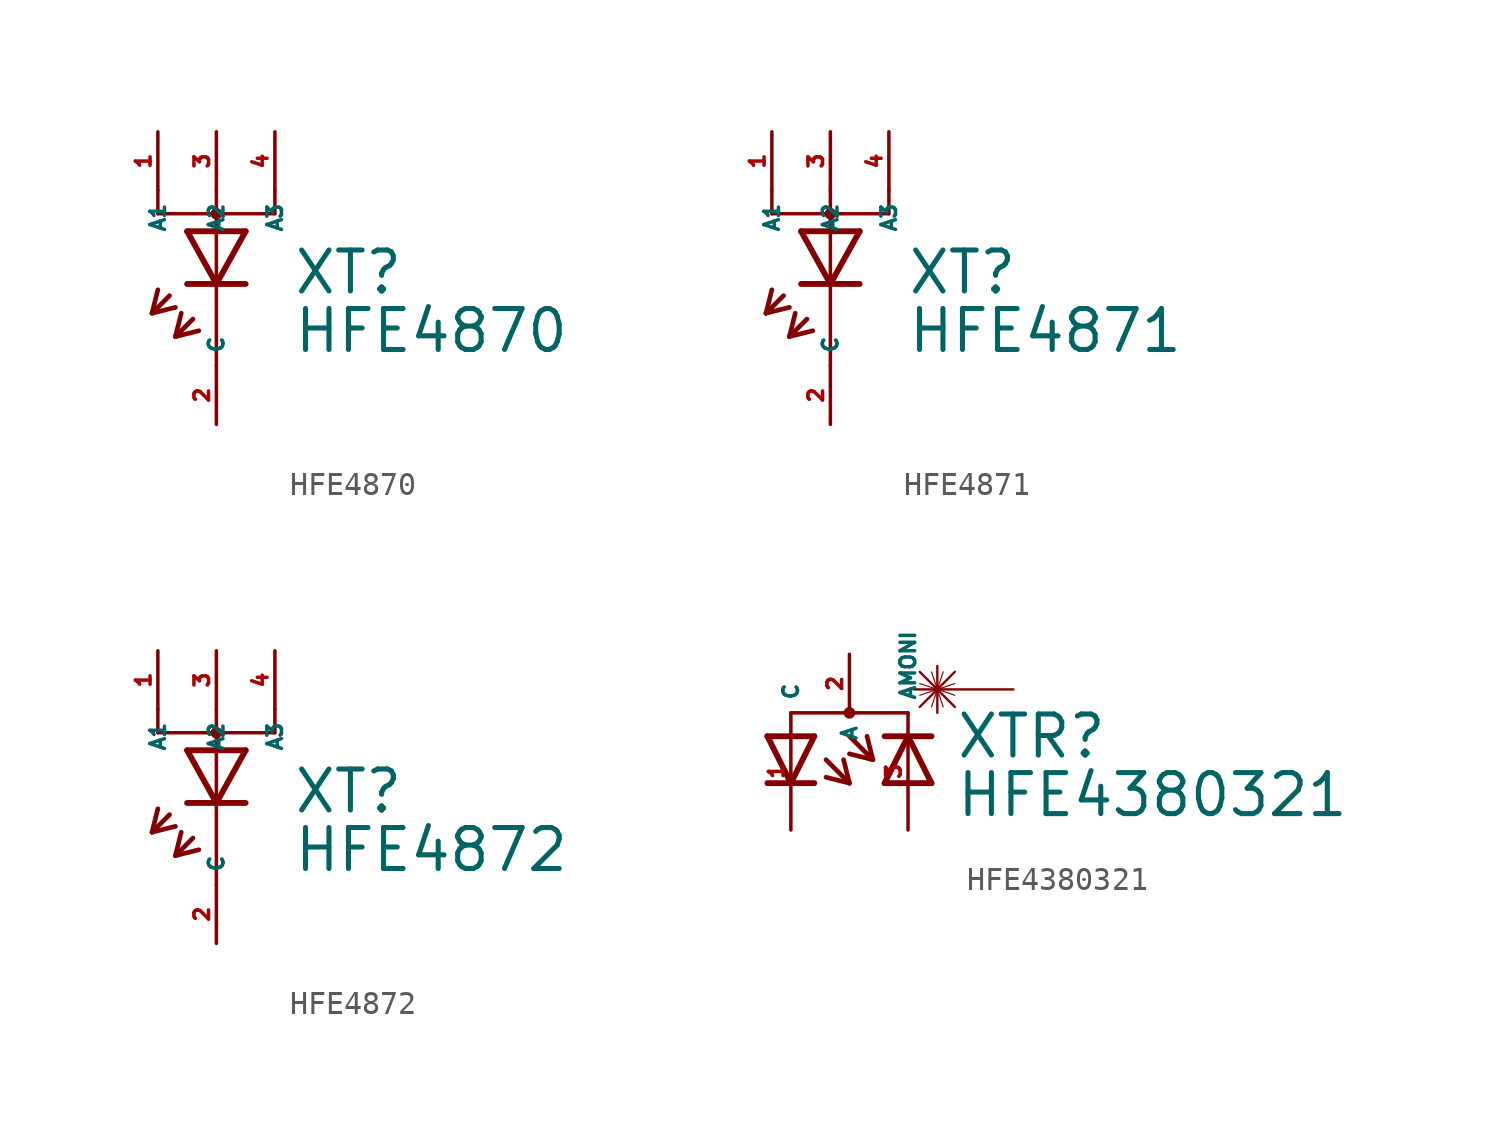
<source format=kicad_sym>
(kicad_symbol_lib
  (version 20220914)
  (generator Eagle2Kicad)
  (symbol "HFE4870"
    (property "Reference" "XT"
      (at 3.302 -2.057 0)
      (effects (font (size 1.778 1.778) (thickness 0.22)) (justify left bottom)))
    (property "Value" "HFE4870"
      (at 3.302 -4.597 0)
      (effects (font (size 1.778 1.778) (thickness 0.22)) (justify left bottom)))
    (polyline
      (pts (xy -1.27 0.762) (xy 0 -1.524))
      (stroke (width 0.254) (type default))
      (fill (type none)))
    (polyline
      (pts (xy 0 -1.524) (xy 1.27 0.762))
      (stroke (width 0.254) (type default))
      (fill (type none)))
    (polyline
      (pts (xy 1.27 -1.524) (xy 0 -1.524))
      (stroke (width 0.254) (type default))
      (fill (type none)))
    (polyline
      (pts (xy 1.27 0.762) (xy -1.27 0.762))
      (stroke (width 0.254) (type default))
      (fill (type none)))
    (polyline
      (pts (xy 0 -1.524) (xy -1.27 -1.524))
      (stroke (width 0.254) (type default))
      (fill (type none)))
    (polyline
      (pts (xy -2.032 -2.032) (xy -2.794 -2.794))
      (stroke (width 0.203) (type default))
      (fill (type none)))
    (polyline
      (pts (xy -2.794 -2.794) (xy -1.778 -2.54))
      (stroke (width 0.203) (type default))
      (fill (type none)))
    (polyline
      (pts (xy -2.794 -2.794) (xy -2.54 -1.778))
      (stroke (width 0.203) (type default))
      (fill (type none)))
    (polyline
      (pts (xy -1.016 -3.048) (xy -1.778 -3.81))
      (stroke (width 0.203) (type default))
      (fill (type none)))
    (polyline
      (pts (xy -1.778 -3.81) (xy -0.762 -3.556))
      (stroke (width 0.203) (type default))
      (fill (type none)))
    (polyline
      (pts (xy -1.778 -3.81) (xy -1.524 -2.794))
      (stroke (width 0.203) (type default))
      (fill (type none)))
    (polyline
      (pts (xy 2.54 1.524) (xy 0 1.524))
      (stroke (width 0.152) (type default))
      (fill (type none)))
    (polyline
      (pts (xy 0 1.524) (xy -2.54 1.524))
      (stroke (width 0.152) (type default))
      (fill (type none)))
    (polyline
      (pts (xy 0 -5.08) (xy 0 1.524))
      (stroke (width 0.152) (type default))
      (fill (type none)))
    (polyline
      (pts (xy 0 1.524) (xy 0 1.778))
      (stroke (width 0.152) (type default))
      (fill (type none)))
    (polyline
      (pts (xy 2.54 1.524) (xy 2.54 2.54))
      (stroke (width 0.152) (type default))
      (fill (type none)))
    (polyline
      (pts (xy 0 1.524) (xy 0 2.54))
      (stroke (width 0.152) (type default))
      (fill (type none)))
    (polyline
      (pts (xy -2.54 1.524) (xy -2.54 2.54))
      (stroke (width 0.152) (type default))
      (fill (type none)))
    (circle
      (center 0 1.524)
      (radius 0.127)
      (stroke (width 0.254) (type default))
      (fill (type none)))
    (pin passive line
      (at 0 -7.62 90)
      (length 2.54)
      (name "C" (effects (font (size 0.635 0.635) (thickness 0.08)) (justify left bottom)))
      (number "2" (effects (font (size 0.635 0.635) (thickness 0.08)) (justify left bottom))))
    (pin passive line
      (at 0 5.08 270)
      (length 2.54)
      (name "A2" (effects (font (size 0.635 0.635) (thickness 0.08)) (justify left bottom)))
      (number "3" (effects (font (size 0.635 0.635) (thickness 0.08)) (justify left bottom))))
    (pin passive line
      (at 2.54 5.08 270)
      (length 2.54)
      (name "A3" (effects (font (size 0.635 0.635) (thickness 0.08)) (justify left bottom)))
      (number "4" (effects (font (size 0.635 0.635) (thickness 0.08)) (justify left bottom))))
    (pin passive line
      (at -2.54 5.08 270)
      (length 2.54)
      (name "A1" (effects (font (size 0.635 0.635) (thickness 0.08)) (justify left bottom)))
      (number "1" (effects (font (size 0.635 0.635) (thickness 0.08)) (justify left bottom)))))
  (symbol "HFE4871"
    (property "Reference" "XT"
      (at 3.302 -2.057 0)
      (effects (font (size 1.778 1.778) (thickness 0.22)) (justify left bottom)))
    (property "Value" "HFE4871"
      (at 3.302 -4.597 0)
      (effects (font (size 1.778 1.778) (thickness 0.22)) (justify left bottom)))
    (polyline
      (pts (xy -1.27 0.762) (xy 0 -1.524))
      (stroke (width 0.254) (type default))
      (fill (type none)))
    (polyline
      (pts (xy 0 -1.524) (xy 1.27 0.762))
      (stroke (width 0.254) (type default))
      (fill (type none)))
    (polyline
      (pts (xy 1.27 -1.524) (xy 0 -1.524))
      (stroke (width 0.254) (type default))
      (fill (type none)))
    (polyline
      (pts (xy 1.27 0.762) (xy -1.27 0.762))
      (stroke (width 0.254) (type default))
      (fill (type none)))
    (polyline
      (pts (xy 0 -1.524) (xy -1.27 -1.524))
      (stroke (width 0.254) (type default))
      (fill (type none)))
    (polyline
      (pts (xy -2.032 -2.032) (xy -2.794 -2.794))
      (stroke (width 0.203) (type default))
      (fill (type none)))
    (polyline
      (pts (xy -2.794 -2.794) (xy -1.778 -2.54))
      (stroke (width 0.203) (type default))
      (fill (type none)))
    (polyline
      (pts (xy -2.794 -2.794) (xy -2.54 -1.778))
      (stroke (width 0.203) (type default))
      (fill (type none)))
    (polyline
      (pts (xy -1.016 -3.048) (xy -1.778 -3.81))
      (stroke (width 0.203) (type default))
      (fill (type none)))
    (polyline
      (pts (xy -1.778 -3.81) (xy -0.762 -3.556))
      (stroke (width 0.203) (type default))
      (fill (type none)))
    (polyline
      (pts (xy -1.778 -3.81) (xy -1.524 -2.794))
      (stroke (width 0.203) (type default))
      (fill (type none)))
    (polyline
      (pts (xy 2.54 1.524) (xy 0 1.524))
      (stroke (width 0.152) (type default))
      (fill (type none)))
    (polyline
      (pts (xy 0 1.524) (xy -2.54 1.524))
      (stroke (width 0.152) (type default))
      (fill (type none)))
    (polyline
      (pts (xy 0 -5.08) (xy 0 1.524))
      (stroke (width 0.152) (type default))
      (fill (type none)))
    (polyline
      (pts (xy 0 1.524) (xy 0 1.778))
      (stroke (width 0.152) (type default))
      (fill (type none)))
    (polyline
      (pts (xy 2.54 1.524) (xy 2.54 2.54))
      (stroke (width 0.152) (type default))
      (fill (type none)))
    (polyline
      (pts (xy 0 1.524) (xy 0 2.54))
      (stroke (width 0.152) (type default))
      (fill (type none)))
    (polyline
      (pts (xy -2.54 1.524) (xy -2.54 2.54))
      (stroke (width 0.152) (type default))
      (fill (type none)))
    (circle
      (center 0 1.524)
      (radius 0.127)
      (stroke (width 0.254) (type default))
      (fill (type none)))
    (pin passive line
      (at 0 -7.62 90)
      (length 2.54)
      (name "C" (effects (font (size 0.635 0.635) (thickness 0.08)) (justify left bottom)))
      (number "2" (effects (font (size 0.635 0.635) (thickness 0.08)) (justify left bottom))))
    (pin passive line
      (at 0 5.08 270)
      (length 2.54)
      (name "A2" (effects (font (size 0.635 0.635) (thickness 0.08)) (justify left bottom)))
      (number "3" (effects (font (size 0.635 0.635) (thickness 0.08)) (justify left bottom))))
    (pin passive line
      (at 2.54 5.08 270)
      (length 2.54)
      (name "A3" (effects (font (size 0.635 0.635) (thickness 0.08)) (justify left bottom)))
      (number "4" (effects (font (size 0.635 0.635) (thickness 0.08)) (justify left bottom))))
    (pin passive line
      (at -2.54 5.08 270)
      (length 2.54)
      (name "A1" (effects (font (size 0.635 0.635) (thickness 0.08)) (justify left bottom)))
      (number "1" (effects (font (size 0.635 0.635) (thickness 0.08)) (justify left bottom)))))
  (symbol "HFE4872"
    (property "Reference" "XT"
      (at 3.302 -2.057 0)
      (effects (font (size 1.778 1.778) (thickness 0.22)) (justify left bottom)))
    (property "Value" "HFE4872"
      (at 3.302 -4.597 0)
      (effects (font (size 1.778 1.778) (thickness 0.22)) (justify left bottom)))
    (polyline
      (pts (xy -1.27 0.762) (xy 0 -1.524))
      (stroke (width 0.254) (type default))
      (fill (type none)))
    (polyline
      (pts (xy 0 -1.524) (xy 1.27 0.762))
      (stroke (width 0.254) (type default))
      (fill (type none)))
    (polyline
      (pts (xy 1.27 -1.524) (xy 0 -1.524))
      (stroke (width 0.254) (type default))
      (fill (type none)))
    (polyline
      (pts (xy 1.27 0.762) (xy -1.27 0.762))
      (stroke (width 0.254) (type default))
      (fill (type none)))
    (polyline
      (pts (xy 0 -1.524) (xy -1.27 -1.524))
      (stroke (width 0.254) (type default))
      (fill (type none)))
    (polyline
      (pts (xy -2.032 -2.032) (xy -2.794 -2.794))
      (stroke (width 0.203) (type default))
      (fill (type none)))
    (polyline
      (pts (xy -2.794 -2.794) (xy -1.778 -2.54))
      (stroke (width 0.203) (type default))
      (fill (type none)))
    (polyline
      (pts (xy -2.794 -2.794) (xy -2.54 -1.778))
      (stroke (width 0.203) (type default))
      (fill (type none)))
    (polyline
      (pts (xy -1.016 -3.048) (xy -1.778 -3.81))
      (stroke (width 0.203) (type default))
      (fill (type none)))
    (polyline
      (pts (xy -1.778 -3.81) (xy -0.762 -3.556))
      (stroke (width 0.203) (type default))
      (fill (type none)))
    (polyline
      (pts (xy -1.778 -3.81) (xy -1.524 -2.794))
      (stroke (width 0.203) (type default))
      (fill (type none)))
    (polyline
      (pts (xy 2.54 1.524) (xy 0 1.524))
      (stroke (width 0.152) (type default))
      (fill (type none)))
    (polyline
      (pts (xy 0 1.524) (xy -2.54 1.524))
      (stroke (width 0.152) (type default))
      (fill (type none)))
    (polyline
      (pts (xy 0 -5.08) (xy 0 1.524))
      (stroke (width 0.152) (type default))
      (fill (type none)))
    (polyline
      (pts (xy 0 1.524) (xy 0 1.778))
      (stroke (width 0.152) (type default))
      (fill (type none)))
    (polyline
      (pts (xy 2.54 1.524) (xy 2.54 2.54))
      (stroke (width 0.152) (type default))
      (fill (type none)))
    (polyline
      (pts (xy 0 1.524) (xy 0 2.54))
      (stroke (width 0.152) (type default))
      (fill (type none)))
    (polyline
      (pts (xy -2.54 1.524) (xy -2.54 2.54))
      (stroke (width 0.152) (type default))
      (fill (type none)))
    (circle
      (center 0 1.524)
      (radius 0.127)
      (stroke (width 0.254) (type default))
      (fill (type none)))
    (pin passive line
      (at 0 -7.62 90)
      (length 2.54)
      (name "C" (effects (font (size 0.635 0.635) (thickness 0.08)) (justify left bottom)))
      (number "2" (effects (font (size 0.635 0.635) (thickness 0.08)) (justify left bottom))))
    (pin passive line
      (at 0 5.08 270)
      (length 2.54)
      (name "A2" (effects (font (size 0.635 0.635) (thickness 0.08)) (justify left bottom)))
      (number "3" (effects (font (size 0.635 0.635) (thickness 0.08)) (justify left bottom))))
    (pin passive line
      (at 2.54 5.08 270)
      (length 2.54)
      (name "A3" (effects (font (size 0.635 0.635) (thickness 0.08)) (justify left bottom)))
      (number "4" (effects (font (size 0.635 0.635) (thickness 0.08)) (justify left bottom))))
    (pin passive line
      (at -2.54 5.08 270)
      (length 2.54)
      (name "A1" (effects (font (size 0.635 0.635) (thickness 0.08)) (justify left bottom)))
      (number "1" (effects (font (size 0.635 0.635) (thickness 0.08)) (justify left bottom)))))
  (symbol "HFE4380321"
    (property "Reference" "XTR"
      (at 4.572 0.483 0)
      (effects (font (size 1.778 1.778) (thickness 0.22)) (justify left bottom)))
    (property "Value" "HFE4380321"
      (at 4.572 -2.057 0)
      (effects (font (size 1.778 1.778) (thickness 0.22)) (justify left bottom)))
    (polyline
      (pts (xy -3.556 1.524) (xy -2.54 -0.508))
      (stroke (width 0.254) (type default))
      (fill (type none)))
    (polyline
      (pts (xy -2.54 -0.508) (xy -1.524 1.524))
      (stroke (width 0.254) (type default))
      (fill (type none)))
    (polyline
      (pts (xy -1.524 -0.508) (xy -2.54 -0.508))
      (stroke (width 0.254) (type default))
      (fill (type none)))
    (polyline
      (pts (xy -1.524 1.524) (xy -3.556 1.524))
      (stroke (width 0.254) (type default))
      (fill (type none)))
    (polyline
      (pts (xy -2.54 -0.508) (xy -3.556 -0.508))
      (stroke (width 0.254) (type default))
      (fill (type none)))
    (polyline
      (pts (xy 0 1.524) (xy 1.016 0.508))
      (stroke (width 0.203) (type default))
      (fill (type none)))
    (polyline
      (pts (xy 1.016 0.508) (xy 0 0.762))
      (stroke (width 0.203) (type default))
      (fill (type none)))
    (polyline
      (pts (xy 1.016 0.508) (xy 0.762 1.524))
      (stroke (width 0.203) (type default))
      (fill (type none)))
    (polyline
      (pts (xy -1.016 0.508) (xy 0 -0.508))
      (stroke (width 0.203) (type default))
      (fill (type none)))
    (polyline
      (pts (xy 0 -0.508) (xy -1.016 -0.254))
      (stroke (width 0.203) (type default))
      (fill (type none)))
    (polyline
      (pts (xy 0 -0.508) (xy -0.254 0.508))
      (stroke (width 0.203) (type default))
      (fill (type none)))
    (polyline
      (pts (xy 7.112 3.556) (xy 2.794 3.556))
      (stroke (width 0.102) (type default))
      (fill (type none)))
    (polyline
      (pts (xy 3.81 4.572) (xy 3.81 2.54))
      (stroke (width 0.102) (type default))
      (fill (type none)))
    (polyline
      (pts (xy 4.572 4.318) (xy 3.048 2.794))
      (stroke (width 0.102) (type default))
      (fill (type none)))
    (polyline
      (pts (xy 3.048 4.318) (xy 4.572 2.794))
      (stroke (width 0.102) (type default))
      (fill (type none)))
    (polyline
      (pts (xy 3.556 4.318) (xy 4.064 2.794))
      (stroke (width 0.051) (type default))
      (fill (type none)))
    (polyline
      (pts (xy 4.064 4.318) (xy 3.556 2.794))
      (stroke (width 0.051) (type default))
      (fill (type none)))
    (polyline
      (pts (xy 3.048 3.81) (xy 4.572 3.302))
      (stroke (width 0.051) (type default))
      (fill (type none)))
    (polyline
      (pts (xy 4.572 3.81) (xy 3.048 3.302))
      (stroke (width 0.051) (type default))
      (fill (type none)))
    (polyline
      (pts (xy 1.524 -0.508) (xy 3.556 -0.508))
      (stroke (width 0.254) (type default))
      (fill (type none)))
    (polyline
      (pts (xy 2.54 1.524) (xy 1.524 -0.508))
      (stroke (width 0.254) (type default))
      (fill (type none)))
    (polyline
      (pts (xy 3.556 -0.508) (xy 2.54 1.524))
      (stroke (width 0.254) (type default))
      (fill (type none)))
    (polyline
      (pts (xy 1.524 1.524) (xy 2.54 1.524))
      (stroke (width 0.254) (type default))
      (fill (type none)))
    (polyline
      (pts (xy 2.54 1.524) (xy 3.556 1.524))
      (stroke (width 0.254) (type default))
      (fill (type none)))
    (polyline
      (pts (xy 2.54 2.54) (xy -2.54 2.54))
      (stroke (width 0.152) (type default))
      (fill (type none)))
    (circle
      (center 0 2.54)
      (radius 0.127)
      (stroke (width 0.254) (type default))
      (fill (type none)))
    (pin passive line
      (at 0 5.08 270)
      (length 2.54)
      (name "A" (effects (font (size 0.635 0.635) (thickness 0.08)) (justify left bottom)))
      (number "2" (effects (font (size 0.635 0.635) (thickness 0.08)) (justify left bottom))))
    (pin passive line
      (at -2.54 -2.54 90)
      (length 5.08)
      (name "C" (effects (font (size 0.635 0.635) (thickness 0.08)) (justify left bottom)))
      (number "1" (effects (font (size 0.635 0.635) (thickness 0.08)) (justify left bottom))))
    (pin passive line
      (at 2.54 -2.54 90)
      (length 5.08)
      (name "AMONI" (effects (font (size 0.635 0.635) (thickness 0.08)) (justify left bottom)))
      (number "3" (effects (font (size 0.635 0.635) (thickness 0.08)) (justify left bottom))))))
</source>
